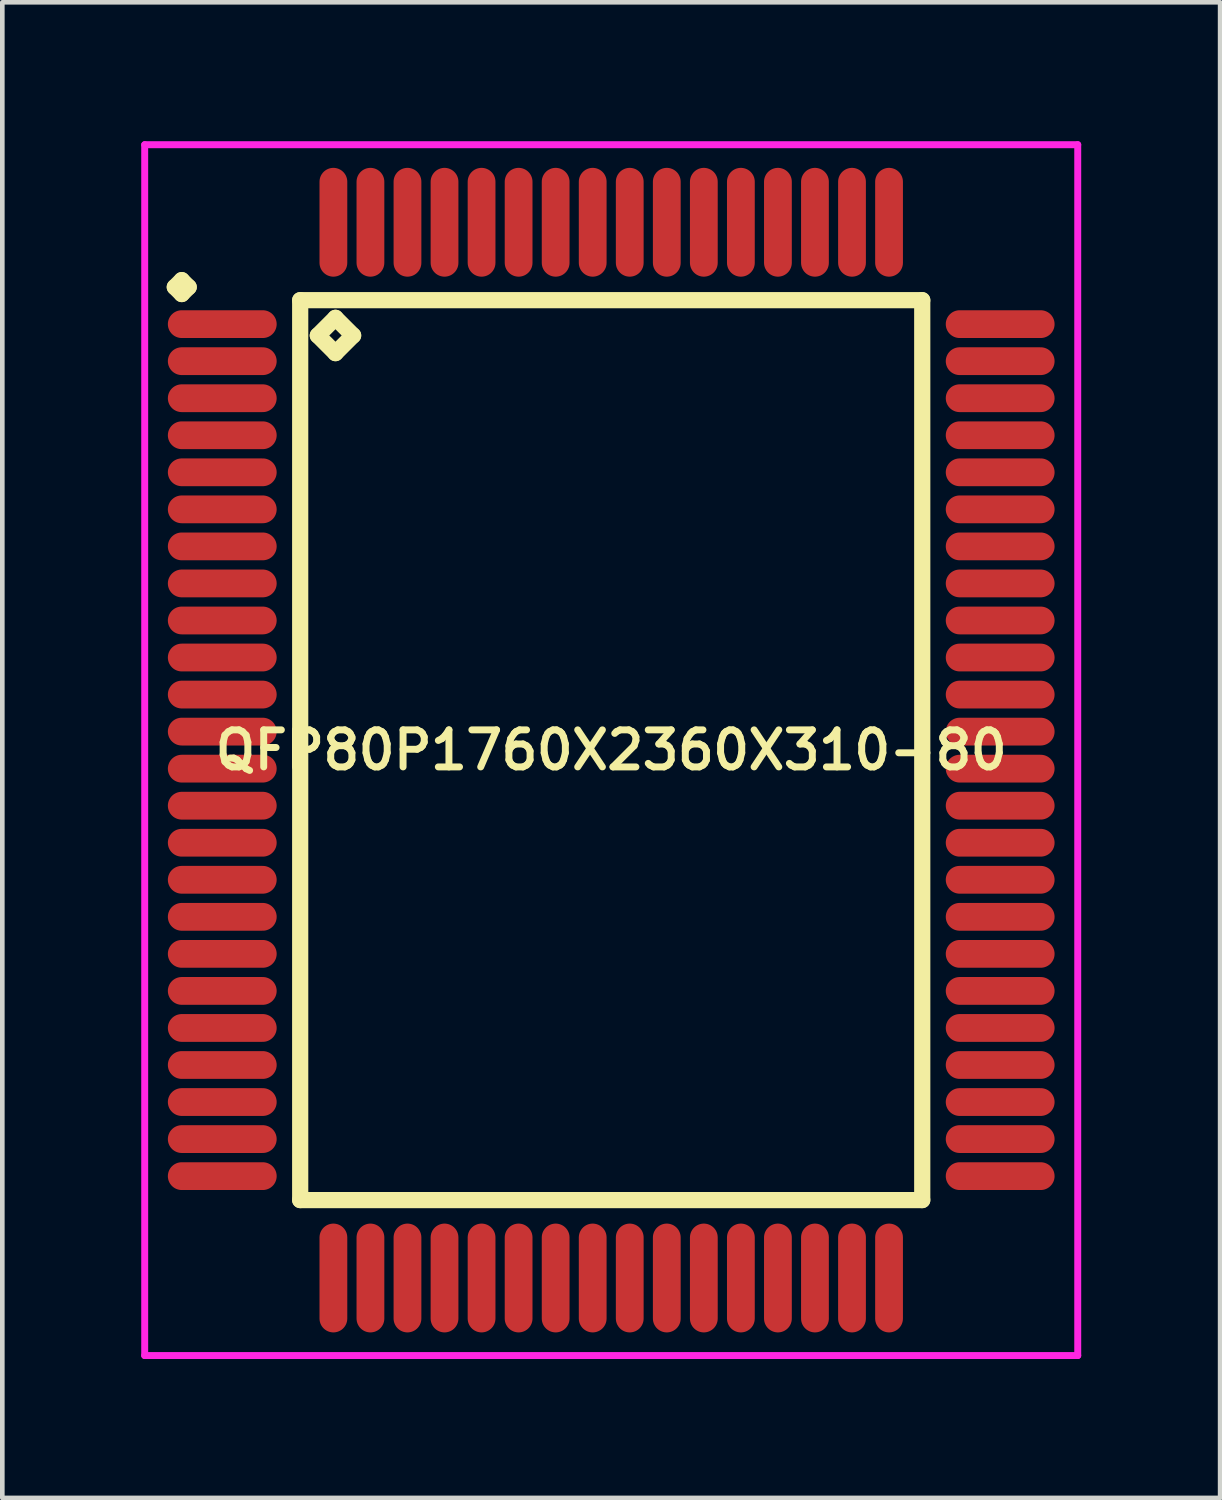
<source format=kicad_pcb>
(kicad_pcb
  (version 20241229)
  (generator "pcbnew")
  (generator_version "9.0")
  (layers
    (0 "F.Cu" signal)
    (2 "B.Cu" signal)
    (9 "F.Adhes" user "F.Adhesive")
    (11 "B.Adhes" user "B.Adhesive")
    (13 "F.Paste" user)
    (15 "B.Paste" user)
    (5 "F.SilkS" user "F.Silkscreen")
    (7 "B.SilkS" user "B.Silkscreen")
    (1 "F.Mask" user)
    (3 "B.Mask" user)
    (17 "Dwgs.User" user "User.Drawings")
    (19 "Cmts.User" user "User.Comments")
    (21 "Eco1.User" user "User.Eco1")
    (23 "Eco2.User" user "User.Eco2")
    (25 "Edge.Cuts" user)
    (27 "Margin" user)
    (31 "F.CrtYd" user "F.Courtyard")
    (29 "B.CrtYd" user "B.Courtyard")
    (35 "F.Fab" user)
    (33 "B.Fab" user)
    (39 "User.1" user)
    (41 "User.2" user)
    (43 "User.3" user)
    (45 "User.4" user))
  (footprint "QFP80P1760X2360X310-80"
    (layer "F.Cu")
    (at 10.15 13.15)
    (property "Reference" "QFP80P1760X2360X310-80" (at 0 0 0) (layer "F.SilkS") (effects (font (size 0.8 0.8) (thickness 0.15))))
    (attr smd)
    (fp_line (start -9.425 -10) (end -9.275 -10.15) (stroke (width 0.35) (type solid)) (layer "F.SilkS"))
    (fp_line (start -9.275 -10.15) (end -9.125 -10) (stroke (width 0.35) (type solid)) (layer "F.SilkS"))
    (fp_line (start -9.275 -9.85) (end -9.425 -10) (stroke (width 0.35) (type solid)) (layer "F.SilkS"))
    (fp_line (start -9.125 -10) (end -9.275 -9.85) (stroke (width 0.35) (type solid)) (layer "F.SilkS"))
    (fp_line (start -6.717 -9.717) (end -6.717 9.717) (stroke (width 0.35) (type solid)) (layer "F.SilkS"))
    (fp_line (start -6.717 9.717) (end 6.717 9.717) (stroke (width 0.35) (type solid)) (layer "F.SilkS"))
    (fp_line (start -6.336 -8.955) (end -5.955 -9.336) (stroke (width 0.35) (type solid)) (layer "F.SilkS"))
    (fp_line (start -5.955 -9.336) (end -5.574 -8.955) (stroke (width 0.35) (type solid)) (layer "F.SilkS"))
    (fp_line (start -5.955 -8.574) (end -6.336 -8.955) (stroke (width 0.35) (type solid)) (layer "F.SilkS"))
    (fp_line (start -5.574 -8.955) (end -5.955 -8.574) (stroke (width 0.35) (type solid)) (layer "F.SilkS"))
    (fp_line (start 6.717 -9.717) (end -6.717 -9.717) (stroke (width 0.35) (type solid)) (layer "F.SilkS"))
    (fp_line (start 6.717 9.717) (end 6.717 -9.717) (stroke (width 0.35) (type solid)) (layer "F.SilkS"))
    (fp_line (start -10.075 -13.075) (end 10.075 -13.075) (stroke (width 0.15) (type solid)) (layer "F.CrtYd"))
    (fp_line (start -10.075 13.075) (end -10.075 -13.075) (stroke (width 0.15) (type solid)) (layer "F.CrtYd"))
    (fp_line (start 10.075 -13.075) (end 10.075 13.075) (stroke (width 0.15) (type solid)) (layer "F.CrtYd"))
    (fp_line (start 10.075 13.075) (end -10.075 13.075) (stroke (width 0.15) (type solid)) (layer "F.CrtYd"))
    (pad "1" smd oval (at -8.4 -9.2) (size 2.35 0.6) (layers "F.Cu" "F.Mask" "F.Paste"))
    (pad "2" smd oval (at -8.4 -8.4) (size 2.35 0.6) (layers "F.Cu" "F.Mask" "F.Paste"))
    (pad "3" smd oval (at -8.4 -7.6) (size 2.35 0.6) (layers "F.Cu" "F.Mask" "F.Paste"))
    (pad "4" smd oval (at -8.4 -6.8) (size 2.35 0.6) (layers "F.Cu" "F.Mask" "F.Paste"))
    (pad "5" smd oval (at -8.4 -6) (size 2.35 0.6) (layers "F.Cu" "F.Mask" "F.Paste"))
    (pad "6" smd oval (at -8.4 -5.2) (size 2.35 0.6) (layers "F.Cu" "F.Mask" "F.Paste"))
    (pad "7" smd oval (at -8.4 -4.4) (size 2.35 0.6) (layers "F.Cu" "F.Mask" "F.Paste"))
    (pad "8" smd oval (at -8.4 -3.6) (size 2.35 0.6) (layers "F.Cu" "F.Mask" "F.Paste"))
    (pad "9" smd oval (at -8.4 -2.8) (size 2.35 0.6) (layers "F.Cu" "F.Mask" "F.Paste"))
    (pad "10" smd oval (at -8.4 -2) (size 2.35 0.6) (layers "F.Cu" "F.Mask" "F.Paste"))
    (pad "11" smd oval (at -8.4 -1.2) (size 2.35 0.6) (layers "F.Cu" "F.Mask" "F.Paste"))
    (pad "12" smd oval (at -8.4 -0.4) (size 2.35 0.6) (layers "F.Cu" "F.Mask" "F.Paste"))
    (pad "13" smd oval (at -8.4 0.4) (size 2.35 0.6) (layers "F.Cu" "F.Mask" "F.Paste"))
    (pad "14" smd oval (at -8.4 1.2) (size 2.35 0.6) (layers "F.Cu" "F.Mask" "F.Paste"))
    (pad "15" smd oval (at -8.4 2) (size 2.35 0.6) (layers "F.Cu" "F.Mask" "F.Paste"))
    (pad "16" smd oval (at -8.4 2.8) (size 2.35 0.6) (layers "F.Cu" "F.Mask" "F.Paste"))
    (pad "17" smd oval (at -8.4 3.6) (size 2.35 0.6) (layers "F.Cu" "F.Mask" "F.Paste"))
    (pad "18" smd oval (at -8.4 4.4) (size 2.35 0.6) (layers "F.Cu" "F.Mask" "F.Paste"))
    (pad "19" smd oval (at -8.4 5.2) (size 2.35 0.6) (layers "F.Cu" "F.Mask" "F.Paste"))
    (pad "20" smd oval (at -8.4 6) (size 2.35 0.6) (layers "F.Cu" "F.Mask" "F.Paste"))
    (pad "21" smd oval (at -8.4 6.8) (size 2.35 0.6) (layers "F.Cu" "F.Mask" "F.Paste"))
    (pad "22" smd oval (at -8.4 7.6) (size 2.35 0.6) (layers "F.Cu" "F.Mask" "F.Paste"))
    (pad "23" smd oval (at -8.4 8.4) (size 2.35 0.6) (layers "F.Cu" "F.Mask" "F.Paste"))
    (pad "24" smd oval (at -8.4 9.2) (size 2.35 0.6) (layers "F.Cu" "F.Mask" "F.Paste"))
    (pad "25" smd oval (at -6 11.4) (size 0.6 2.35) (layers "F.Cu" "F.Mask" "F.Paste"))
    (pad "26" smd oval (at -5.2 11.4) (size 0.6 2.35) (layers "F.Cu" "F.Mask" "F.Paste"))
    (pad "27" smd oval (at -4.4 11.4) (size 0.6 2.35) (layers "F.Cu" "F.Mask" "F.Paste"))
    (pad "28" smd oval (at -3.6 11.4) (size 0.6 2.35) (layers "F.Cu" "F.Mask" "F.Paste"))
    (pad "29" smd oval (at -2.8 11.4) (size 0.6 2.35) (layers "F.Cu" "F.Mask" "F.Paste"))
    (pad "30" smd oval (at -2 11.4) (size 0.6 2.35) (layers "F.Cu" "F.Mask" "F.Paste"))
    (pad "31" smd oval (at -1.2 11.4) (size 0.6 2.35) (layers "F.Cu" "F.Mask" "F.Paste"))
    (pad "32" smd oval (at -0.4 11.4) (size 0.6 2.35) (layers "F.Cu" "F.Mask" "F.Paste"))
    (pad "33" smd oval (at 0.4 11.4) (size 0.6 2.35) (layers "F.Cu" "F.Mask" "F.Paste"))
    (pad "34" smd oval (at 1.2 11.4) (size 0.6 2.35) (layers "F.Cu" "F.Mask" "F.Paste"))
    (pad "35" smd oval (at 2 11.4) (size 0.6 2.35) (layers "F.Cu" "F.Mask" "F.Paste"))
    (pad "36" smd oval (at 2.8 11.4) (size 0.6 2.35) (layers "F.Cu" "F.Mask" "F.Paste"))
    (pad "37" smd oval (at 3.6 11.4) (size 0.6 2.35) (layers "F.Cu" "F.Mask" "F.Paste"))
    (pad "38" smd oval (at 4.4 11.4) (size 0.6 2.35) (layers "F.Cu" "F.Mask" "F.Paste"))
    (pad "39" smd oval (at 5.2 11.4) (size 0.6 2.35) (layers "F.Cu" "F.Mask" "F.Paste"))
    (pad "40" smd oval (at 6 11.4) (size 0.6 2.35) (layers "F.Cu" "F.Mask" "F.Paste"))
    (pad "41" smd oval (at 8.4 9.2) (size 2.35 0.6) (layers "F.Cu" "F.Mask" "F.Paste"))
    (pad "42" smd oval (at 8.4 8.4) (size 2.35 0.6) (layers "F.Cu" "F.Mask" "F.Paste"))
    (pad "43" smd oval (at 8.4 7.6) (size 2.35 0.6) (layers "F.Cu" "F.Mask" "F.Paste"))
    (pad "44" smd oval (at 8.4 6.8) (size 2.35 0.6) (layers "F.Cu" "F.Mask" "F.Paste"))
    (pad "45" smd oval (at 8.4 6) (size 2.35 0.6) (layers "F.Cu" "F.Mask" "F.Paste"))
    (pad "46" smd oval (at 8.4 5.2) (size 2.35 0.6) (layers "F.Cu" "F.Mask" "F.Paste"))
    (pad "47" smd oval (at 8.4 4.4) (size 2.35 0.6) (layers "F.Cu" "F.Mask" "F.Paste"))
    (pad "48" smd oval (at 8.4 3.6) (size 2.35 0.6) (layers "F.Cu" "F.Mask" "F.Paste"))
    (pad "49" smd oval (at 8.4 2.8) (size 2.35 0.6) (layers "F.Cu" "F.Mask" "F.Paste"))
    (pad "50" smd oval (at 8.4 2) (size 2.35 0.6) (layers "F.Cu" "F.Mask" "F.Paste"))
    (pad "51" smd oval (at 8.4 1.2) (size 2.35 0.6) (layers "F.Cu" "F.Mask" "F.Paste"))
    (pad "52" smd oval (at 8.4 0.4) (size 2.35 0.6) (layers "F.Cu" "F.Mask" "F.Paste"))
    (pad "53" smd oval (at 8.4 -0.4) (size 2.35 0.6) (layers "F.Cu" "F.Mask" "F.Paste"))
    (pad "54" smd oval (at 8.4 -1.2) (size 2.35 0.6) (layers "F.Cu" "F.Mask" "F.Paste"))
    (pad "55" smd oval (at 8.4 -2) (size 2.35 0.6) (layers "F.Cu" "F.Mask" "F.Paste"))
    (pad "56" smd oval (at 8.4 -2.8) (size 2.35 0.6) (layers "F.Cu" "F.Mask" "F.Paste"))
    (pad "57" smd oval (at 8.4 -3.6) (size 2.35 0.6) (layers "F.Cu" "F.Mask" "F.Paste"))
    (pad "58" smd oval (at 8.4 -4.4) (size 2.35 0.6) (layers "F.Cu" "F.Mask" "F.Paste"))
    (pad "59" smd oval (at 8.4 -5.2) (size 2.35 0.6) (layers "F.Cu" "F.Mask" "F.Paste"))
    (pad "60" smd oval (at 8.4 -6) (size 2.35 0.6) (layers "F.Cu" "F.Mask" "F.Paste"))
    (pad "61" smd oval (at 8.4 -6.8) (size 2.35 0.6) (layers "F.Cu" "F.Mask" "F.Paste"))
    (pad "62" smd oval (at 8.4 -7.6) (size 2.35 0.6) (layers "F.Cu" "F.Mask" "F.Paste"))
    (pad "63" smd oval (at 8.4 -8.4) (size 2.35 0.6) (layers "F.Cu" "F.Mask" "F.Paste"))
    (pad "64" smd oval (at 8.4 -9.2) (size 2.35 0.6) (layers "F.Cu" "F.Mask" "F.Paste"))
    (pad "65" smd oval (at 6 -11.4) (size 0.6 2.35) (layers "F.Cu" "F.Mask" "F.Paste"))
    (pad "66" smd oval (at 5.2 -11.4) (size 0.6 2.35) (layers "F.Cu" "F.Mask" "F.Paste"))
    (pad "67" smd oval (at 4.4 -11.4) (size 0.6 2.35) (layers "F.Cu" "F.Mask" "F.Paste"))
    (pad "68" smd oval (at 3.6 -11.4) (size 0.6 2.35) (layers "F.Cu" "F.Mask" "F.Paste"))
    (pad "69" smd oval (at 2.8 -11.4) (size 0.6 2.35) (layers "F.Cu" "F.Mask" "F.Paste"))
    (pad "70" smd oval (at 2 -11.4) (size 0.6 2.35) (layers "F.Cu" "F.Mask" "F.Paste"))
    (pad "71" smd oval (at 1.2 -11.4) (size 0.6 2.35) (layers "F.Cu" "F.Mask" "F.Paste"))
    (pad "72" smd oval (at 0.4 -11.4) (size 0.6 2.35) (layers "F.Cu" "F.Mask" "F.Paste"))
    (pad "73" smd oval (at -0.4 -11.4) (size 0.6 2.35) (layers "F.Cu" "F.Mask" "F.Paste"))
    (pad "74" smd oval (at -1.2 -11.4) (size 0.6 2.35) (layers "F.Cu" "F.Mask" "F.Paste"))
    (pad "75" smd oval (at -2 -11.4) (size 0.6 2.35) (layers "F.Cu" "F.Mask" "F.Paste"))
    (pad "76" smd oval (at -2.8 -11.4) (size 0.6 2.35) (layers "F.Cu" "F.Mask" "F.Paste"))
    (pad "77" smd oval (at -3.6 -11.4) (size 0.6 2.35) (layers "F.Cu" "F.Mask" "F.Paste"))
    (pad "78" smd oval (at -4.4 -11.4) (size 0.6 2.35) (layers "F.Cu" "F.Mask" "F.Paste"))
    (pad "79" smd oval (at -5.2 -11.4) (size 0.6 2.35) (layers "F.Cu" "F.Mask" "F.Paste"))
    (pad "80" smd oval (at -6 -11.4) (size 0.6 2.35) (layers "F.Cu" "F.Mask" "F.Paste")))
  (gr_rect
    (start -3 -3)
    (end 23.3 29.3)
    (stroke (width 0.1) (type default))
    (fill no)
    (layer "Edge.Cuts")))
</source>
